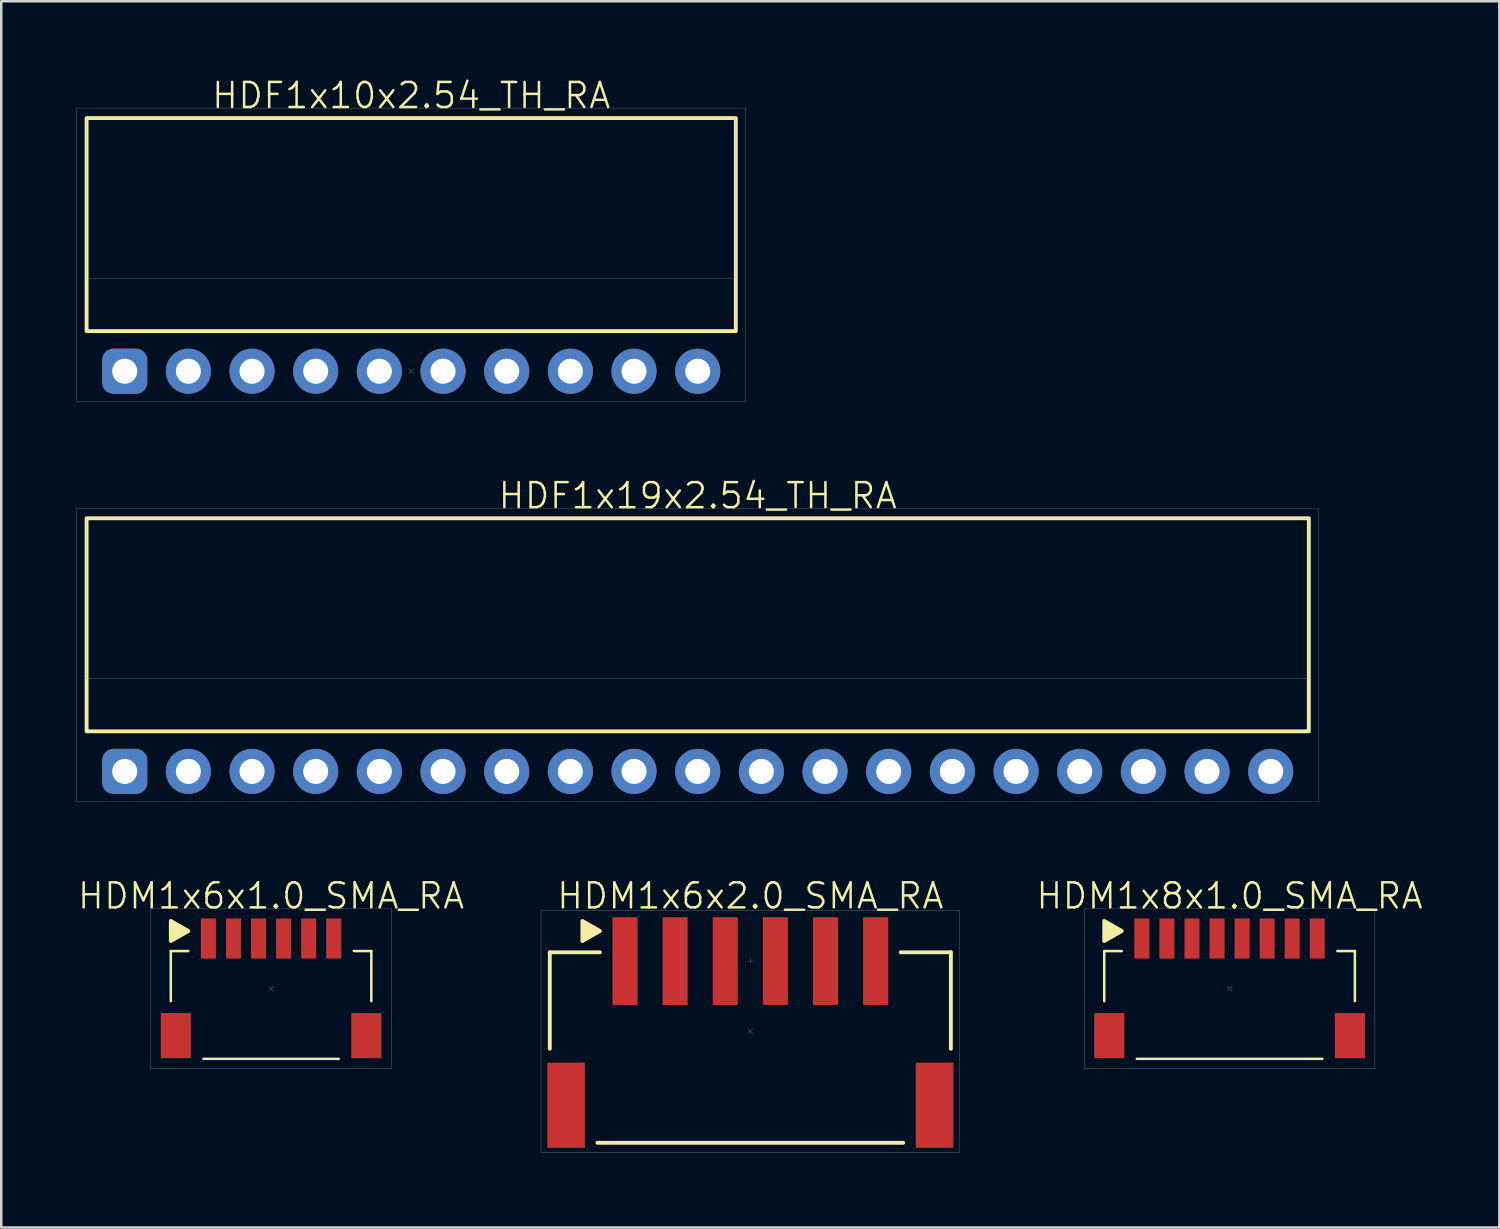
<source format=kicad_pcb>
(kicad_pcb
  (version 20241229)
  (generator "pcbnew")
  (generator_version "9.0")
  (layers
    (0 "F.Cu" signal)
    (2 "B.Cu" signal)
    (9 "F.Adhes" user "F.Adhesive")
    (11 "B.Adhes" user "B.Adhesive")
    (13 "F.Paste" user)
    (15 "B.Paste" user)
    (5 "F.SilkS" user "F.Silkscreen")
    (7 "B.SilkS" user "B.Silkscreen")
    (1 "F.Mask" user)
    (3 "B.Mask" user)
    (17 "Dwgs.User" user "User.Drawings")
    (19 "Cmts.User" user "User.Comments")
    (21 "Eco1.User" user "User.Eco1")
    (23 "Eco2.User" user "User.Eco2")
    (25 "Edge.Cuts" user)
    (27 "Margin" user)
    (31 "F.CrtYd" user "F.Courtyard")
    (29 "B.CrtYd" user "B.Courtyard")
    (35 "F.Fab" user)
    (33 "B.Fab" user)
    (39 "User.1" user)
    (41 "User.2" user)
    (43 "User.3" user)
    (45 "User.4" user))
  (footprint "HDF1x19x2.54_TH_RA"
    (layer "F.Cu")
    (at 24.785 27.726)
    (property "Reference" "HDF1x19x2.54_TH_RA" (at 0 -11 0) (unlocked yes) (layer "F.SilkS") (effects (font (size 1 1) (thickness 0.1))))
    (attr through_hole)
    (fp_rect (start -24.38 -10.1) (end 24.38 -1.6) (stroke (width 0.154) (type default)) (fill no) (layer "F.SilkS"))
    (fp_rect (start -24.78 -10.5) (end 24.78 1.2) (stroke (width 0.01) (type default)) (fill no) (layer "F.Fab"))
    (fp_rect (start -24.38 -10.1) (end 24.38 -3.7) (stroke (width 0.01) (type default)) (fill no) (layer "F.Fab"))
    (pad "1" thru_hole roundrect (at -22.86 0) (size 1.8 1.8) (drill 1) (layers "*.Cu" "*.Mask") (roundrect_rratio 0.25))
    (pad "2" thru_hole circle (at -20.32 0) (size 1.8 1.8) (drill 1) (layers "*.Cu" "*.Mask"))
    (pad "3" thru_hole circle (at -17.78 0) (size 1.8 1.8) (drill 1) (layers "*.Cu" "*.Mask"))
    (pad "4" thru_hole circle (at -15.24 0) (size 1.8 1.8) (drill 1) (layers "*.Cu" "*.Mask"))
    (pad "5" thru_hole circle (at -12.7 0) (size 1.8 1.8) (drill 1) (layers "*.Cu" "*.Mask"))
    (pad "6" thru_hole circle (at -10.16 0) (size 1.8 1.8) (drill 1) (layers "*.Cu" "*.Mask"))
    (pad "7" thru_hole circle (at -7.62 0) (size 1.8 1.8) (drill 1) (layers "*.Cu" "*.Mask"))
    (pad "8" thru_hole circle (at -5.08 0) (size 1.8 1.8) (drill 1) (layers "*.Cu" "*.Mask"))
    (pad "9" thru_hole circle (at -2.54 0) (size 1.8 1.8) (drill 1) (layers "*.Cu" "*.Mask"))
    (pad "10" thru_hole circle (at 0 0) (size 1.8 1.8) (drill 1) (layers "*.Cu" "*.Mask"))
    (pad "11" thru_hole circle (at 2.54 0) (size 1.8 1.8) (drill 1) (layers "*.Cu" "*.Mask"))
    (pad "12" thru_hole circle (at 5.08 0) (size 1.8 1.8) (drill 1) (layers "*.Cu" "*.Mask"))
    (pad "13" thru_hole circle (at 7.62 0) (size 1.8 1.8) (drill 1) (layers "*.Cu" "*.Mask"))
    (pad "14" thru_hole circle (at 10.16 0) (size 1.8 1.8) (drill 1) (layers "*.Cu" "*.Mask"))
    (pad "15" thru_hole circle (at 12.7 0) (size 1.8 1.8) (drill 1) (layers "*.Cu" "*.Mask"))
    (pad "16" thru_hole circle (at 15.24 0) (size 1.8 1.8) (drill 1) (layers "*.Cu" "*.Mask"))
    (pad "17" thru_hole circle (at 17.78 0) (size 1.8 1.8) (drill 1) (layers "*.Cu" "*.Mask"))
    (pad "18" thru_hole circle (at 20.32 0) (size 1.8 1.8) (drill 1) (layers "*.Cu" "*.Mask"))
    (pad "19" thru_hole circle (at 22.86 0) (size 1.8 1.8) (drill 1) (layers "*.Cu" "*.Mask")))
  (footprint "HDF1x10x2.54_TH_RA"
    (layer "F.Cu")
    (at 13.355 11.761)
    (property "Reference" "HDF1x10x2.54_TH_RA" (at 0 -11 0) (unlocked yes) (layer "F.SilkS") (effects (font (size 1 1) (thickness 0.1))))
    (attr through_hole)
    (fp_rect (start -12.95 -10.1) (end 12.95 -1.6) (stroke (width 0.154) (type default)) (fill no) (layer "F.SilkS"))
    (fp_line (start -0.1 -0.1) (end 0.1 0.1) (stroke (width 0.01) (type default)) (layer "F.Fab"))
    (fp_line (start 0.1 -0.1) (end -0.1 0.1) (stroke (width 0.01) (type default)) (layer "F.Fab"))
    (fp_rect (start -13.35 -10.5) (end 13.35 1.2) (stroke (width 0.01) (type default)) (fill no) (layer "F.Fab"))
    (fp_rect (start -12.95 -10.1) (end 12.95 -3.7) (stroke (width 0.01) (type default)) (fill no) (layer "F.Fab"))
    (pad "1" thru_hole roundrect (at -11.43 0) (size 1.8 1.8) (drill 1) (layers "*.Cu" "*.Mask") (roundrect_rratio 0.25))
    (pad "2" thru_hole circle (at -8.89 0) (size 1.8 1.8) (drill 1) (layers "*.Cu" "*.Mask"))
    (pad "3" thru_hole circle (at -6.35 0) (size 1.8 1.8) (drill 1) (layers "*.Cu" "*.Mask"))
    (pad "4" thru_hole circle (at -3.81 0) (size 1.8 1.8) (drill 1) (layers "*.Cu" "*.Mask"))
    (pad "5" thru_hole circle (at -1.27 0) (size 1.8 1.8) (drill 1) (layers "*.Cu" "*.Mask"))
    (pad "6" thru_hole circle (at 1.27 0) (size 1.8 1.8) (drill 1) (layers "*.Cu" "*.Mask"))
    (pad "7" thru_hole circle (at 3.81 0) (size 1.8 1.8) (drill 1) (layers "*.Cu" "*.Mask"))
    (pad "8" thru_hole circle (at 6.35 0) (size 1.8 1.8) (drill 1) (layers "*.Cu" "*.Mask"))
    (pad "9" thru_hole circle (at 8.89 0) (size 1.8 1.8) (drill 1) (layers "*.Cu" "*.Mask"))
    (pad "10" thru_hole circle (at 11.43 0) (size 1.8 1.8) (drill 1) (layers "*.Cu" "*.Mask")))
  (footprint "HDM1x8x1.0_SMA_RA"
    (layer "F.Cu")
    (at 46.003 36.392)
    (property "Reference" "HDM1x8x1.0_SMA_RA" (at 0 -3.7 0) (unlocked yes) (layer "F.SilkS") (effects (font (size 1 1) (thickness 0.1))))
    (attr smd)
    (fp_line (start -5 -1.5) (end -4.3 -1.5) (stroke (width 0.1) (type default)) (layer "F.SilkS"))
    (fp_line (start -5 0.5) (end -5 -1.5) (stroke (width 0.1) (type default)) (layer "F.SilkS"))
    (fp_line (start -3.7 2.8) (end 3.7 2.8) (stroke (width 0.1) (type default)) (layer "F.SilkS"))
    (fp_line (start 4.3 -1.5) (end 5 -1.5) (stroke (width 0.1) (type default)) (layer "F.SilkS"))
    (fp_line (start 5 0.5) (end 5 -1.5) (stroke (width 0.1) (type default)) (layer "F.SilkS"))
    (fp_poly (pts (xy -5 -2.7) (xy -5 -1.9) (xy -4.3 -2.3)) (stroke (width 0.154) (type solid)) (fill yes) (layer "F.SilkS"))
    (fp_line (start -0.1 -0.1) (end 0.1 0.1) (stroke (width 0.01) (type default)) (layer "F.Fab"))
    (fp_line (start 0.1 -0.1) (end -0.1 0.1) (stroke (width 0.01) (type default)) (layer "F.Fab"))
    (fp_rect (start -5.8 -3.2) (end 5.8 3.2) (stroke (width 0.01) (type default)) (fill no) (layer "F.Fab"))
    (pad "1" smd rect (at -3.5 -2) (size 0.6 1.6) (layers "F.Cu" "F.Mask" "F.Paste"))
    (pad "2" smd rect (at -2.5 -2) (size 0.6 1.6) (layers "F.Cu" "F.Mask" "F.Paste"))
    (pad "3" smd rect (at -1.5 -2) (size 0.6 1.6) (layers "F.Cu" "F.Mask" "F.Paste"))
    (pad "4" smd rect (at -0.5 -2) (size 0.6 1.6) (layers "F.Cu" "F.Mask" "F.Paste"))
    (pad "5" smd rect (at 0.5 -2) (size 0.6 1.6) (layers "F.Cu" "F.Mask" "F.Paste"))
    (pad "6" smd rect (at 1.5 -2) (size 0.6 1.6) (layers "F.Cu" "F.Mask" "F.Paste"))
    (pad "7" smd rect (at 2.5 -2) (size 0.6 1.6) (layers "F.Cu" "F.Mask" "F.Paste"))
    (pad "8" smd rect (at 3.5 -2) (size 0.6 1.6) (layers "F.Cu" "F.Mask" "F.Paste"))
    (pad "9" smd rect (at -4.8 1.875) (size 1.2 1.8) (layers "F.Cu" "F.Mask" "F.Paste"))
    (pad "9" smd rect (at 4.8 1.875) (size 1.2 1.8) (layers "F.Cu" "F.Mask" "F.Paste")))
  (footprint "HDM1x6x2.0_SMA_RA"
    (layer "F.Cu")
    (at 26.884 38.092)
    (property "Reference" "HDM1x6x2.0_SMA_RA" (at 0 -5.4 0) (unlocked yes) (layer "F.SilkS") (effects (font (size 1 1) (thickness 0.1))))
    (attr smd)
    (fp_line (start -8 -3.15) (end -6 -3.15) (stroke (width 0.154) (type default)) (layer "F.SilkS"))
    (fp_line (start -8 0.7) (end -8 -3.15) (stroke (width 0.154) (type default)) (layer "F.SilkS"))
    (fp_line (start -6.1 4.45) (end 6.1 4.45) (stroke (width 0.154) (type default)) (layer "F.SilkS"))
    (fp_line (start 6 -3.15) (end 8 -3.15) (stroke (width 0.154) (type default)) (layer "F.SilkS"))
    (fp_line (start 8 0.7) (end 8 -3.15) (stroke (width 0.154) (type default)) (layer "F.SilkS"))
    (fp_poly (pts (xy -6.7 -4.4) (xy -6.7 -3.6) (xy -6 -4)) (stroke (width 0.154) (type solid)) (fill yes) (layer "F.SilkS"))
    (fp_line (start -0.1 -2.8) (end 0.1 -2.8) (stroke (width 0.01) (type default)) (layer "F.Fab"))
    (fp_line (start -0.1 -0.1) (end 0.1 0.1) (stroke (width 0.01) (type default)) (layer "F.Fab"))
    (fp_line (start 0 -2.9) (end 0 -2.7) (stroke (width 0.01) (type default)) (layer "F.Fab"))
    (fp_line (start 0.1 -0.1) (end -0.1 0.1) (stroke (width 0.01) (type default)) (layer "F.Fab"))
    (fp_rect (start -8.35 -4.825) (end 8.35 4.825) (stroke (width 0.01) (type default)) (fill no) (layer "F.Fab"))
    (pad "1" smd rect (at -5 -2.8) (size 1 3.5) (layers "F.Cu" "F.Mask" "F.Paste"))
    (pad "2" smd rect (at -3 -2.8) (size 1 3.5) (layers "F.Cu" "F.Mask" "F.Paste"))
    (pad "3" smd rect (at -1 -2.8) (size 1 3.5) (layers "F.Cu" "F.Mask" "F.Paste"))
    (pad "4" smd rect (at 1 -2.8) (size 1 3.5) (layers "F.Cu" "F.Mask" "F.Paste"))
    (pad "5" smd rect (at 3 -2.8) (size 1 3.5) (layers "F.Cu" "F.Mask" "F.Paste"))
    (pad "6" smd rect (at 5 -2.8) (size 1 3.5) (layers "F.Cu" "F.Mask" "F.Paste"))
    (pad "7" smd rect (at -7.35 2.95) (size 1.5 3.4) (layers "F.Cu" "F.Mask" "F.Paste"))
    (pad "7" smd rect (at 7.35 2.95) (size 1.5 3.4) (layers "F.Cu" "F.Mask" "F.Paste")))
  (footprint "HDM1x6x1.0_SMA_RA"
    (layer "F.Cu")
    (at 7.764 36.392)
    (property "Reference" "HDM1x6x1.0_SMA_RA" (at 0 -3.7 0) (unlocked yes) (layer "F.SilkS") (effects (font (size 1 1) (thickness 0.1))))
    (attr smd)
    (fp_line (start -4 -1.5) (end -3.3 -1.5) (stroke (width 0.1) (type default)) (layer "F.SilkS"))
    (fp_line (start -4 0.5) (end -4 -1.5) (stroke (width 0.1) (type default)) (layer "F.SilkS"))
    (fp_line (start -2.7 2.8) (end 2.7 2.8) (stroke (width 0.1) (type default)) (layer "F.SilkS"))
    (fp_line (start 3.3 -1.5) (end 4 -1.5) (stroke (width 0.1) (type default)) (layer "F.SilkS"))
    (fp_line (start 4 0.5) (end 4 -1.5) (stroke (width 0.1) (type default)) (layer "F.SilkS"))
    (fp_poly (pts (xy -4 -2.7) (xy -4 -1.9) (xy -3.3 -2.3)) (stroke (width 0.154) (type solid)) (fill yes) (layer "F.SilkS"))
    (fp_line (start -0.1 -0.1) (end 0.1 0.1) (stroke (width 0.01) (type default)) (layer "F.Fab"))
    (fp_line (start 0.1 -0.1) (end -0.1 0.1) (stroke (width 0.01) (type default)) (layer "F.Fab"))
    (fp_rect (start -4.8 -3.2) (end 4.8 3.2) (stroke (width 0.01) (type default)) (fill no) (layer "F.Fab"))
    (pad "1" smd rect (at -2.5 -2) (size 0.6 1.6) (layers "F.Cu" "F.Mask" "F.Paste"))
    (pad "2" smd rect (at -1.5 -2) (size 0.6 1.6) (layers "F.Cu" "F.Mask" "F.Paste"))
    (pad "3" smd rect (at -0.5 -2) (size 0.6 1.6) (layers "F.Cu" "F.Mask" "F.Paste"))
    (pad "4" smd rect (at 0.5 -2) (size 0.6 1.6) (layers "F.Cu" "F.Mask" "F.Paste"))
    (pad "5" smd rect (at 1.5 -2) (size 0.6 1.6) (layers "F.Cu" "F.Mask" "F.Paste"))
    (pad "6" smd rect (at 2.5 -2) (size 0.6 1.6) (layers "F.Cu" "F.Mask" "F.Paste"))
    (pad "7" smd rect (at -3.8 1.875) (size 1.2 1.8) (layers "F.Cu" "F.Mask" "F.Paste"))
    (pad "7" smd rect (at 3.8 1.875) (size 1.2 1.8) (layers "F.Cu" "F.Mask" "F.Paste")))
  (gr_rect
    (start -3 -3)
    (end 56.767 45.922)
    (stroke (width 0.1) (type default))
    (fill no)
    (layer "Edge.Cuts")))
</source>
